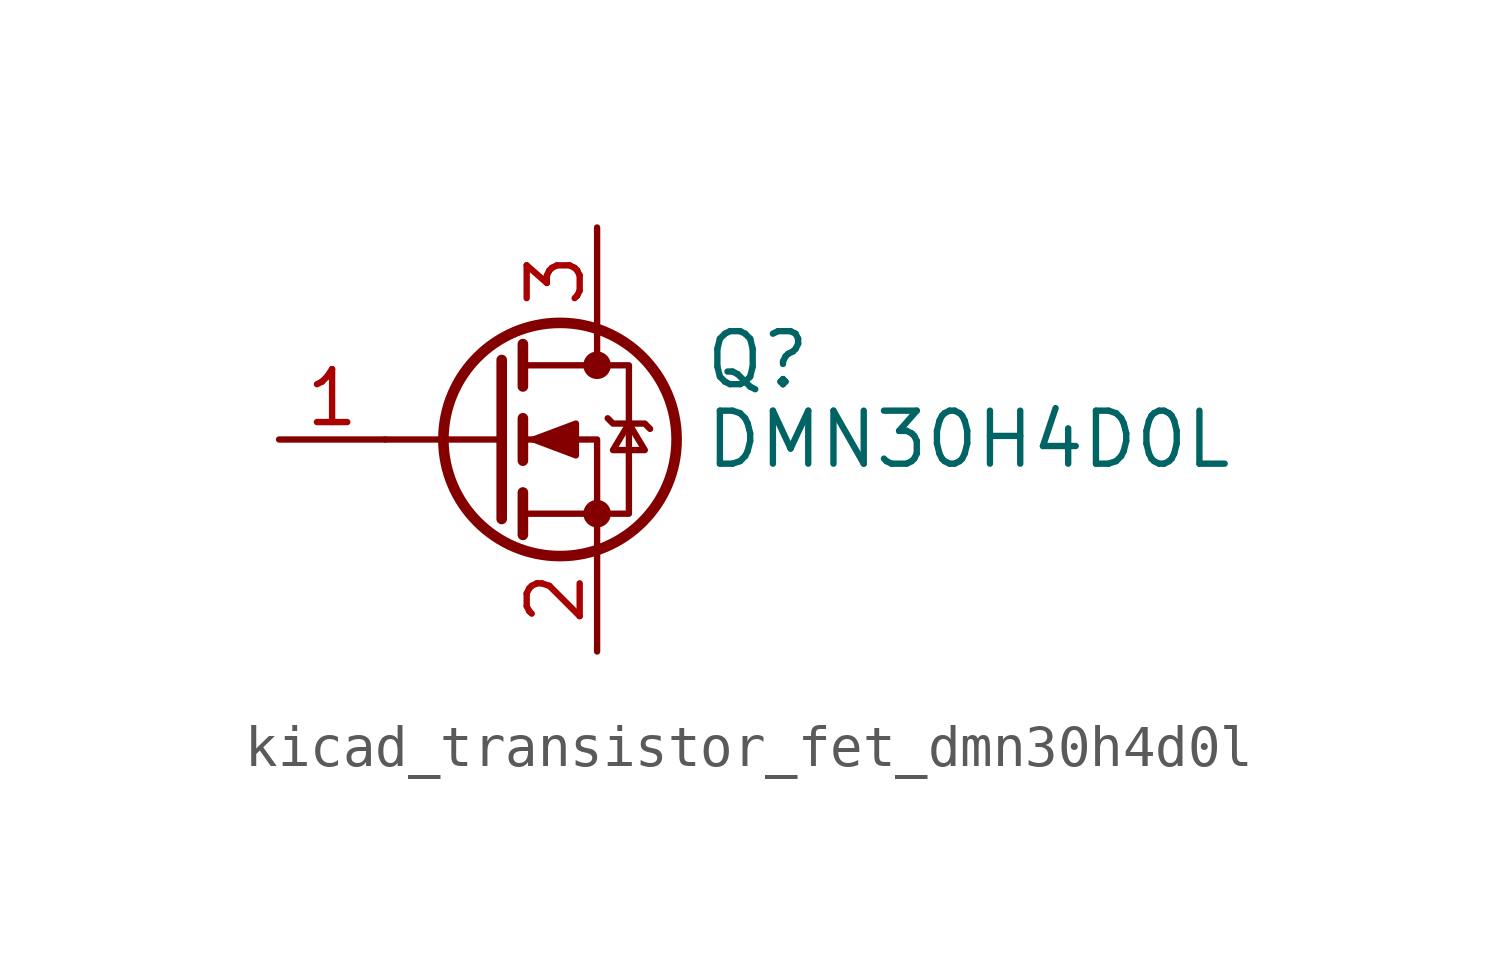
<source format=kicad_sym>
(kicad_symbol_lib
  (version 20220914)
  (generator kicad_symbol_editor)
  (symbol "kicad_transistor_fet_dmn30h4d0l"
    (pin_names hide)
    (property "Reference" "Q"
      (at 5.08 1.905 0)
      (effects (font (size 1.27 1.27)) (justify left)))
    (property "Value" "DMN30H4D0L"
      (at 5.08 0 0)
      (effects (font (size 1.27 1.27)) (justify left)))
    (symbol "kicad_transistor_fet_dmn30h4d0l_0_1"
      (polyline (pts (xy 0.254 0) (xy -2.54 0)) (stroke (width 0) (type default)) (fill (type none)))
      (polyline (pts (xy 0.254 1.905) (xy 0.254 -1.905)) (stroke (width 0.254) (type default)) (fill (type none)))
      (polyline (pts (xy 0.762 -1.27) (xy 0.762 -2.286)) (stroke (width 0.254) (type default)) (fill (type none)))
      (polyline (pts (xy 0.762 0.508) (xy 0.762 -0.508)) (stroke (width 0.254) (type default)) (fill (type none)))
      (polyline (pts (xy 0.762 2.286) (xy 0.762 1.27)) (stroke (width 0.254) (type default)) (fill (type none)))
      (polyline (pts (xy 2.54 2.54) (xy 2.54 1.778)) (stroke (width 0) (type default)) (fill (type none)))
      (polyline (pts (xy 2.54 -2.54) (xy 2.54 0) (xy 0.762 0)) (stroke (width 0) (type default)) (fill (type none)))
      (polyline (pts (xy 0.762 -1.778) (xy 3.302 -1.778) (xy 3.302 1.778) (xy 0.762 1.778)) (stroke (width 0) (type default)) (fill (type none)))
      (polyline (pts (xy 1.016 0) (xy 2.032 0.381) (xy 2.032 -0.381) (xy 1.016 0)) (stroke (width 0) (type default)) (fill (type outline)))
      (polyline (pts (xy 2.794 0.508) (xy 2.921 0.381) (xy 3.683 0.381) (xy 3.81 0.254)) (stroke (width 0) (type default)) (fill (type none)))
      (polyline (pts (xy 3.302 0.381) (xy 2.921 -0.254) (xy 3.683 -0.254) (xy 3.302 0.381)) (stroke (width 0) (type default)) (fill (type none)))
      (circle (center 1.651 0) (radius 2.794) (stroke (width 0.254) (type default)) (fill (type none)))
      (circle (center 2.54 -1.778) (radius 0.254) (stroke (width 0) (type default)) (fill (type outline)))
      (circle (center 2.54 1.778) (radius 0.254) (stroke (width 0) (type default)) (fill (type outline))))
    (symbol "kicad_transistor_fet_dmn30h4d0l_1_1"
      (pin input line (at -5.08 0 0) (length 2.54) (name "G" (effects (font (size 1.27 1.27)))) (number "1" (effects (font (size 1.27 1.27)))))
      (pin passive line (at 2.54 -5.08 90) (length 2.54) (name "S" (effects (font (size 1.27 1.27)))) (number "2" (effects (font (size 1.27 1.27)))))
      (pin passive line (at 2.54 5.08 270) (length 2.54) (name "D" (effects (font (size 1.27 1.27)))) (number "3" (effects (font (size 1.27 1.27))))))))
</source>
